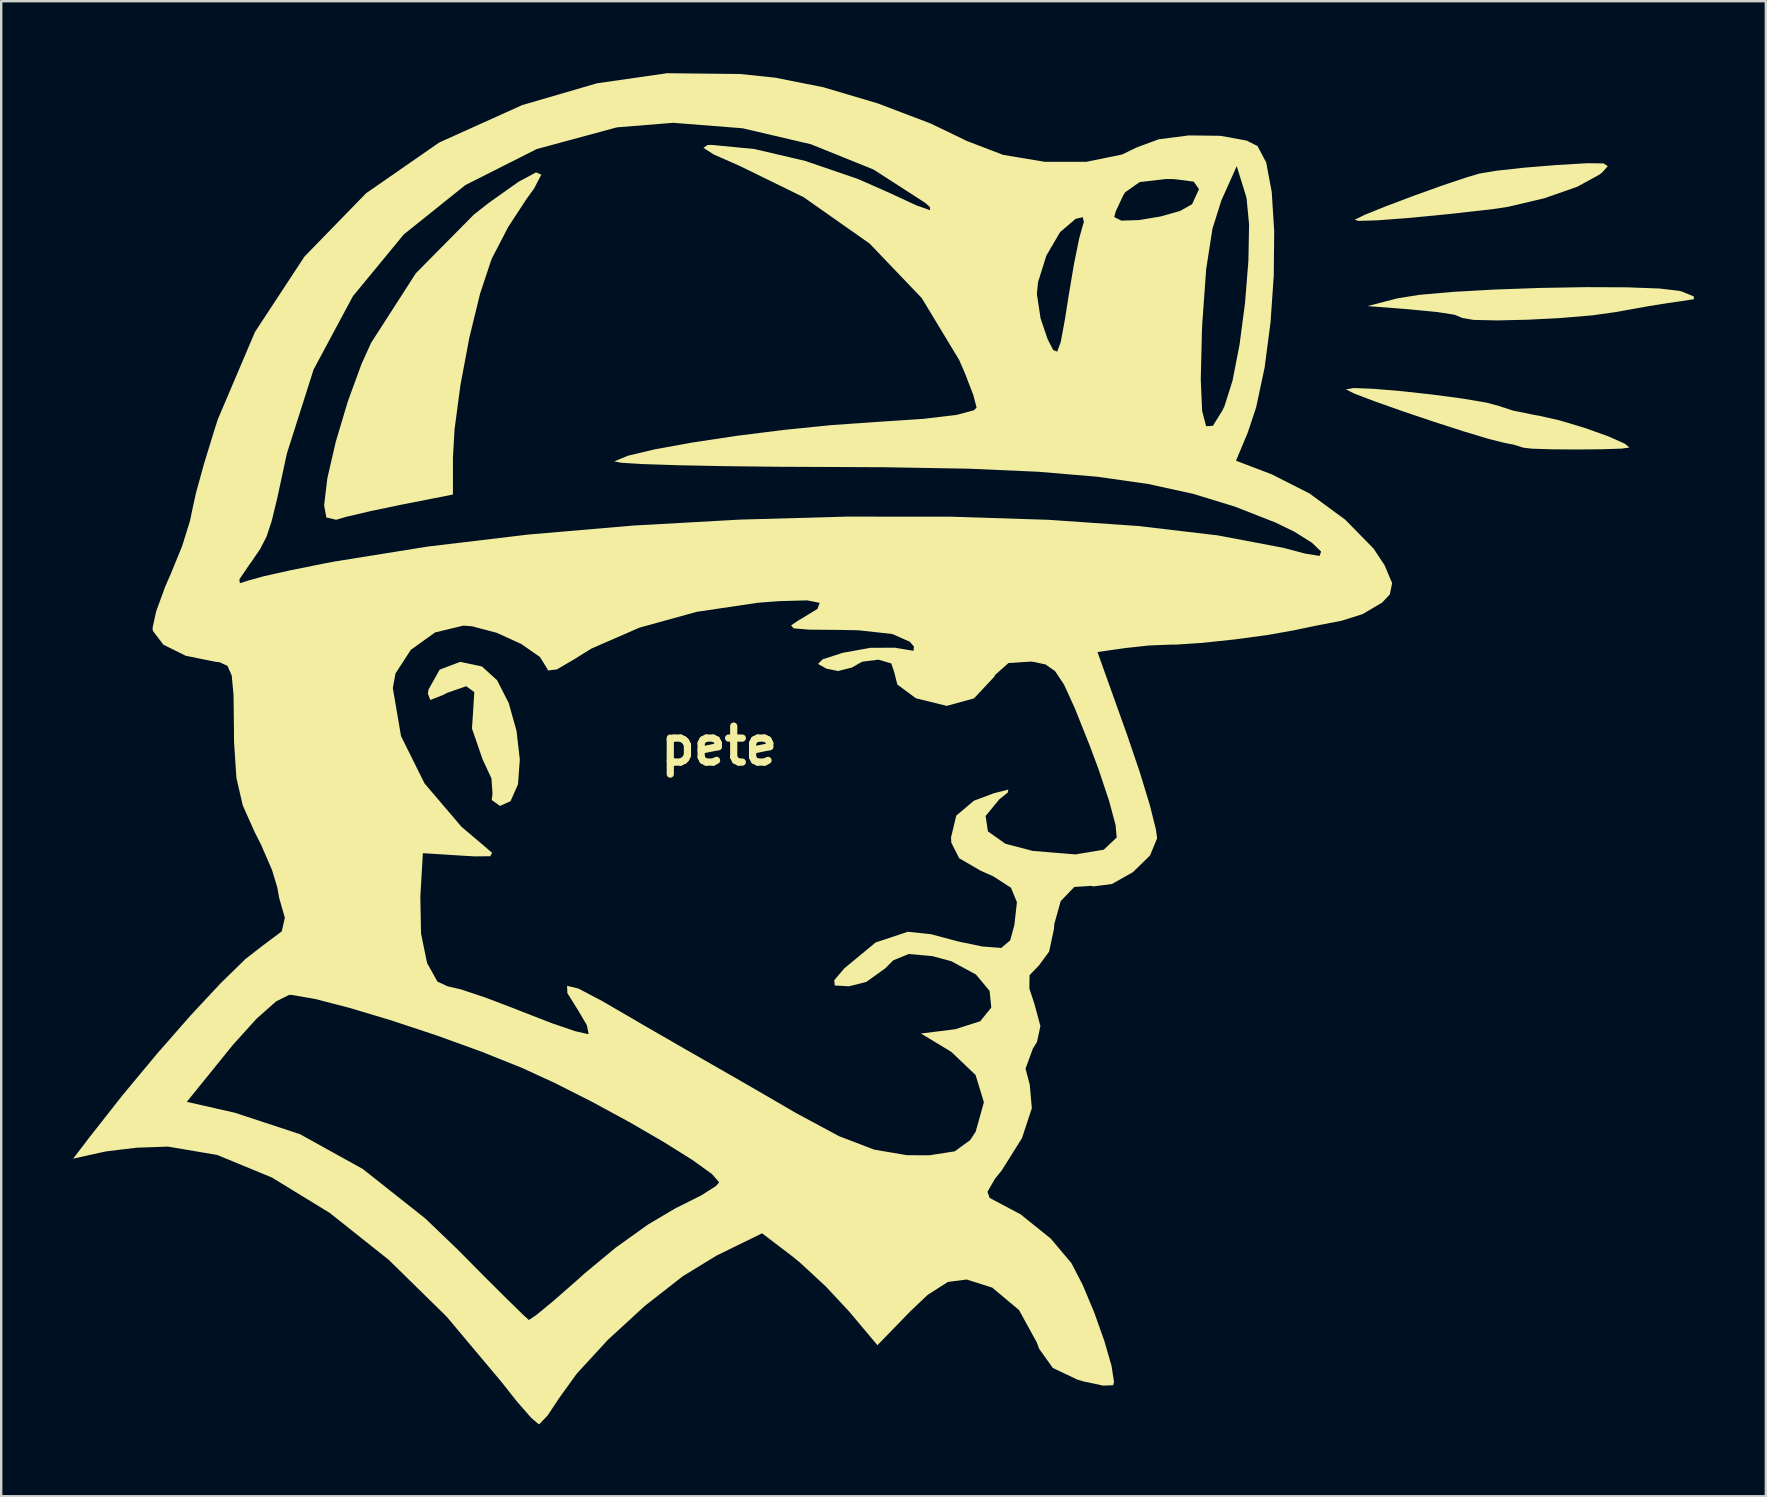
<source format=kicad_pcb>
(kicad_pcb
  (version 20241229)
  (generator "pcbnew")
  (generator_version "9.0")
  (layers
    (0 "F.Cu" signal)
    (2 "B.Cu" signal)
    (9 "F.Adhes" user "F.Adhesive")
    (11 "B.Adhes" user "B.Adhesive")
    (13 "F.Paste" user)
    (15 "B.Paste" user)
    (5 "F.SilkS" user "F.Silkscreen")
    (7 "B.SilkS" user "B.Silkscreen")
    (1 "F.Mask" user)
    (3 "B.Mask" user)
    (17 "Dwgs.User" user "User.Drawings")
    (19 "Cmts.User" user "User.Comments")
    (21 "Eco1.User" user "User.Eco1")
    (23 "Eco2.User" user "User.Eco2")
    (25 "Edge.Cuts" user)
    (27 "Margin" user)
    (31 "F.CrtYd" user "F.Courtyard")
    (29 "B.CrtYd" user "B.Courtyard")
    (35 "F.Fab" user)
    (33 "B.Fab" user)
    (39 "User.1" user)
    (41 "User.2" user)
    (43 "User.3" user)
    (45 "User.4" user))
  (footprint "pete"
    (layer "F.Cu")
    (at 26.908 28.019)
    (property "Reference" "pete" (at 0 0 0) (layer "F.SilkS") (effects (font (size 1.5 1.5) (thickness 0.3))))
    (attr board_only exclude_from_pos_files exclude_from_bom)
    (fp_poly (pts (xy -9.884 -3.306) (xy -9.254 -2.737) (xy -8.765 -1.781) (xy -8.44 -0.619) (xy -8.304 0.57) (xy -8.379 1.605) (xy -8.69 2.305) (xy -9.128 2.504) (xy -9.475 2.258) (xy -9.442 1.997) (xy -9.485 1.359) (xy -9.855 0.561) (xy -10.297 -0.719) (xy -10.249 -1.435) (xy -10.2 -2.238) (xy -10.538 -2.483) (xy -11.33 -2.207) (xy -11.503 -2.117) (xy -12.033 -1.909) (xy -12.134 -2.175) (xy -12.106 -2.347) (xy -11.642 -3.175) (xy -10.79 -3.497)) (stroke (width 0) (type solid)) (fill yes) (layer "F.SilkS"))
    (fp_poly (pts (xy 36.841 -24.262) (xy 37.019 -24.147) (xy 36.803 -23.902) (xy 36.68 -23.801) (xy 35.751 -23.292) (xy 34.385 -22.813) (xy 32.859 -22.452) (xy 32.197 -22.353) (xy 30.305 -22.142) (xy 28.672 -21.985) (xy 27.414 -21.89) (xy 26.649 -21.868) (xy 26.473 -21.913) (xy 26.883 -22.116) (xy 27.763 -22.472) (xy 28.903 -22.902) (xy 30.095 -23.331) (xy 31.131 -23.679) (xy 31.661 -23.837) (xy 32.372 -23.956) (xy 33.541 -24.085) (xy 34.88 -24.194) (xy 36.164 -24.27)) (stroke (width 0) (type solid)) (fill yes) (layer "F.SilkS"))
    (fp_poly (pts (xy -7.41 -23.795) (xy -7.709 -23.215) (xy -8.02 -22.787) (xy -8.785 -21.618) (xy -9.446 -20.346) (xy -9.497 -20.228) (xy -9.96 -18.833) (xy -10.405 -17.006) (xy -10.777 -15.03) (xy -11.022 -13.188) (xy -11.09 -12) (xy -11.09 -10.468) (xy -13.273 -10.038) (xy -14.511 -9.78) (xy -15.503 -9.548) (xy -15.956 -9.417) (xy -16.363 -9.513) (xy -16.456 -10.016) (xy -16.322 -11.144) (xy -15.969 -12.67) (xy -15.47 -14.341) (xy -14.899 -15.903) (xy -14.498 -16.789) (xy -12.633 -19.688) (xy -10.215 -22.132) (xy -9.602 -22.614) (xy -8.361 -23.494) (xy -7.629 -23.888)) (stroke (width 0) (type solid)) (fill yes) (layer "F.SilkS"))
    (fp_poly (pts (xy 37.814 -19.1) (xy 39.17 -19.05) (xy 40.006 -18.952) (xy 40.068 -18.936) (xy 40.602 -18.722) (xy 40.604 -18.604) (xy 39.97 -18.507) (xy 39.531 -18.446) (xy 38.716 -18.315) (xy 37.615 -18.117) (xy 37.385 -18.074) (xy 36.383 -17.934) (xy 35.088 -17.824) (xy 33.7 -17.751) (xy 32.415 -17.721) (xy 31.433 -17.743) (xy 30.951 -17.823) (xy 30.941 -17.831) (xy 30.639 -17.957) (xy 29.92 -18.07) (xy 28.658 -18.191) (xy 28.083 -18.236) (xy 27.01 -18.318) (xy 28.262 -18.642) (xy 29.17 -18.787) (xy 30.579 -18.911) (xy 32.318 -19.008) (xy 34.217 -19.075) (xy 36.106 -19.107)) (stroke (width 0) (type solid)) (fill yes) (layer "F.SilkS"))
    (fp_poly (pts (xy 27.275 -14.871) (xy 28.439 -14.773) (xy 29.736 -14.63) (xy 30.977 -14.464) (xy 31.971 -14.296) (xy 32.525 -14.148) (xy 32.549 -14.134) (xy 33.062 -13.968) (xy 33.961 -13.783) (xy 34.138 -13.754) (xy 35.023 -13.554) (xy 36.067 -13.24) (xy 37.045 -12.89) (xy 37.732 -12.584) (xy 37.92 -12.427) (xy 37.601 -12.382) (xy 36.801 -12.354) (xy 35.755 -12.344) (xy 34.698 -12.352) (xy 33.864 -12.378) (xy 33.488 -12.422) (xy 33.487 -12.424) (xy 33.115 -12.542) (xy 32.712 -12.621) (xy 32.062 -12.783) (xy 31.018 -13.098) (xy 29.759 -13.504) (xy 28.461 -13.942) (xy 27.302 -14.352) (xy 26.462 -14.673) (xy 26.117 -14.846) (xy 26.115 -14.85) (xy 26.437 -14.904)) (stroke (width 0) (type solid)) (fill yes) (layer "F.SilkS"))
    (fp_poly (pts (xy 0.869 -27.986) (xy 2.325 -27.835) (xy 4.33 -27.437) (xy 6.602 -26.764) (xy 8.804 -25.927) (xy 10.33 -25.192) (xy 11.825 -24.619) (xy 13.566 -24.328) (xy 15.304 -24.33) (xy 16.787 -24.633) (xy 17.402 -24.93) (xy 18.314 -25.267) (xy 19.568 -25.428) (xy 20.882 -25.412) (xy 21.972 -25.213) (xy 22.426 -24.986) (xy 22.788 -24.304) (xy 23.019 -23.074) (xy 23.122 -21.45) (xy 23.104 -19.587) (xy 22.969 -17.638) (xy 22.723 -15.757) (xy 22.37 -14.099) (xy 22.023 -13.054) (xy 21.531 -11.877) (xy 23.023 -11.308) (xy 24.594 -10.511) (xy 26.086 -9.416) (xy 27.265 -8.212) (xy 27.72 -7.524) (xy 28.035 -6.778) (xy 27.94 -6.308) (xy 27.616 -5.966) (xy 26.804 -5.486) (xy 25.93 -5.211) (xy 24.811 -4.994) (xy 23.969 -4.817) (xy 22.881 -4.622) (xy 21.495 -4.434) (xy 20.111 -4.287) (xy 19.029 -4.216) (xy 18.782 -4.215) (xy 17.912 -4.18) (xy 16.914 -4.072) (xy 15.761 -3.907) (xy 17.003 -0.433) (xy 17.528 1.113) (xy 17.944 2.48) (xy 18.195 3.484) (xy 18.245 3.851) (xy 17.95 4.567) (xy 17.236 5.264) (xy 16.361 5.757) (xy 15.585 5.857) (xy 15.511 5.834) (xy 14.795 5.879) (xy 14.228 6.47) (xy 13.958 7.435) (xy 13.952 7.606) (xy 13.746 8.572) (xy 13.326 9.144) (xy 12.931 9.556) (xy 12.923 10.11) (xy 13.134 10.751) (xy 13.383 11.672) (xy 13.241 12.336) (xy 13.071 12.61) (xy 12.763 13.447) (xy 12.94 14.123) (xy 13.026 15.097) (xy 12.615 16.343) (xy 11.77 17.691) (xy 11.494 18.029) (xy 11.177 18.579) (xy 11.269 18.835) (xy 12.556 19.516) (xy 13.814 20.528) (xy 14.675 21.551) (xy 15.143 22.455) (xy 15.624 23.603) (xy 16.047 24.793) (xy 16.345 25.825) (xy 16.45 26.5) (xy 16.413 26.636) (xy 15.994 26.652) (xy 15.171 26.476) (xy 14.927 26.404) (xy 13.901 25.918) (xy 13.333 25.124) (xy 13.235 24.859) (xy 12.491 23.503) (xy 11.376 22.57) (xy 10.307 22.232) (xy 9.529 22.334) (xy 8.685 22.873) (xy 7.969 23.552) (xy 6.594 24.969) (xy 5.43 23.583) (xy 4.442 22.521) (xy 3.363 21.523) (xy 3.028 21.252) (xy 1.789 20.307) (xy -0.106 21.235) (xy -1.514 22.096) (xy -3.093 23.329) (xy -4.636 24.745) (xy -5.933 26.156) (xy -6.669 27.178) (xy -7.147 27.899) (xy -7.487 28.254) (xy -7.516 28.262) (xy -7.824 28) (xy -8.42 27.318) (xy -9.069 26.498) (xy -11.356 23.775) (xy -13.768 21.409) (xy -16.221 19.459) (xy -18.631 17.984) (xy -20.913 17.043) (xy -22.962 16.696) (xy -24.27 16.742) (xy -25.515 16.892) (xy -25.707 16.931) (xy -26.908 17.196) (xy -26.243 16.323) (xy -25.07 14.831) (xy -22.176 14.831) (xy -20.169 15.287) (xy -17.458 16.18) (xy -14.845 17.629) (xy -12.237 19.693) (xy -10.911 20.966) (xy -9.766 22.121) (xy -8.816 23.067) (xy -8.167 23.701) (xy -7.927 23.918) (xy -7.625 23.719) (xy -6.928 23.145) (xy -5.967 22.304) (xy -5.607 21.981) (xy -4.318 20.912) (xy -2.962 19.941) (xy -1.811 19.26) (xy -1.705 19.21) (xy -0.747 18.728) (xy -0.128 18.335) (xy 0 18.183) (xy -0.299 17.839) (xy -1.111 17.255) (xy -2.303 16.507) (xy -3.747 15.671) (xy -5.31 14.822) (xy -6.864 14.037) (xy -8.228 13.411) (xy -9.907 12.738) (xy -11.772 12.064) (xy -13.657 11.439) (xy -15.4 10.916) (xy -16.835 10.545) (xy -17.8 10.379) (xy -17.911 10.375) (xy -18.456 10.646) (xy -19.279 11.376) (xy -20.242 12.443) (xy -20.373 12.603) (xy -22.176 14.831) (xy -25.07 14.831) (xy -24.856 14.559) (xy -23.413 12.824) (xy -22.013 11.227) (xy -20.752 9.876) (xy -19.73 8.879) (xy -19.044 8.346) (xy -18.22 7.729) (xy -18.092 7.163) (xy -18.093 7.16) (xy -18.328 6.338) (xy -18.406 5.903) (xy -18.626 5.174) (xy -19.077 4.133) (xy -19.357 3.577) (xy -19.845 2.482) (xy -20.11 1.335) (xy -20.208 -0.146) (xy -20.213 -0.734) (xy -20.229 -2.112) (xy -20.256 -2.405) (xy -13.594 -2.405) (xy -13.252 -0.404) (xy -12.274 1.565) (xy -10.734 3.373) (xy -9.838 4.131) (xy -9.458 4.459) (xy -9.537 4.6) (xy -10.177 4.606) (xy -10.732 4.574) (xy -12.342 4.472) (xy -12.448 6.284) (xy -12.419 7.824) (xy -12.166 9.051) (xy -11.735 9.823) (xy -11.315 10.017) (xy -10.757 10.146) (xy -9.74 10.486) (xy -8.465 10.971) (xy -8.195 11.08) (xy -6.954 11.561) (xy -5.992 11.889) (xy -5.477 12.007) (xy -5.438 11.997) (xy -5.512 11.636) (xy -5.866 11.034) (xy -6.323 10.301) (xy -6.334 9.997) (xy -5.856 10.114) (xy -4.845 10.648) (xy -4.501 10.848) (xy -3.045 11.696) (xy -1.465 12.607) (xy -0.677 13.058) (xy 0.743 13.871) (xy 2.328 14.788) (xy 3.199 15.296) (xy 4.993 16.261) (xy 6.464 16.824) (xy 7.829 17.054) (xy 8.753 17.058) (xy 9.814 16.893) (xy 10.456 16.426) (xy 10.687 16.074) (xy 11.029 14.848) (xy 10.682 13.713) (xy 9.674 12.752) (xy 9.584 12.696) (xy 8.407 11.985) (xy 9.835 11.806) (xy 10.874 11.475) (xy 11.338 10.902) (xy 11.266 10.21) (xy 10.697 9.526) (xy 9.671 8.973) (xy 8.881 8.761) (xy 7.896 8.673) (xy 7.254 8.935) (xy 6.923 9.267) (xy 6.13 9.836) (xy 5.41 10.017) (xy 4.817 9.984) (xy 4.794 9.766) (xy 5.22 9.265) (xy 6.519 8.192) (xy 7.859 7.746) (xy 8.822 7.847) (xy 9.966 8.152) (xy 10.959 8.359) (xy 11.752 8.42) (xy 12.124 8.106) (xy 12.299 7.459) (xy 12.405 6.515) (xy 12.156 5.912) (xy 11.416 5.434) (xy 10.887 5.2) (xy 10.001 4.685) (xy 9.673 4.039) (xy 9.659 3.818) (xy 9.878 2.908) (xy 10.612 2.287) (xy 11.448 1.974) (xy 12.047 1.823) (xy 12.021 1.949) (xy 11.677 2.223) (xy 11.1 2.923) (xy 11.196 3.564) (xy 11.922 4.079) (xy 13.062 4.378) (xy 14.847 4.524) (xy 16.02 4.328) (xy 16.561 3.821) (xy 16.515 3.302) (xy 16.243 2.288) (xy 15.794 0.946) (xy 15.43 -0.028) (xy 14.819 -1.56) (xy 14.369 -2.547) (xy 13.992 -3.114) (xy 13.597 -3.389) (xy 13.099 -3.497) (xy 12.984 -3.509) (xy 12.051 -3.447) (xy 11.5 -2.955) (xy 11.45 -2.866) (xy 10.617 -1.976) (xy 9.479 -1.664) (xy 8.213 -1.976) (xy 8.179 -1.993) (xy 7.424 -2.552) (xy 7.294 -3.065) (xy 7.171 -3.432) (xy 6.634 -3.589) (xy 5.96 -3.505) (xy 5.527 -3.26) (xy 4.954 -3.116) (xy 4.472 -3.213) (xy 4.12 -3.41) (xy 4.307 -3.601) (xy 5.112 -3.863) (xy 5.166 -3.878) (xy 6.313 -4.084) (xy 7.34 -4.085) (xy 7.491 -4.058) (xy 8.097 -3.959) (xy 8.114 -4.137) (xy 7.941 -4.336) (xy 7.213 -4.658) (xy 5.802 -4.813) (xy 5.006 -4.828) (xy 3.745 -4.839) (xy 3.106 -4.894) (xy 2.996 -5.017) (xy 3.322 -5.237) (xy 3.415 -5.287) (xy 4.093 -5.702) (xy 4.189 -5.955) (xy 3.668 -6.059) (xy 2.495 -6.027) (xy 1.615 -5.96) (xy -0.937 -5.581) (xy -3.324 -4.921) (xy -5.326 -4.048) (xy -6.074 -3.583) (xy -6.762 -3.182) (xy -7.134 -3.139) (xy -7.155 -3.201) (xy -7.466 -3.701) (xy -8.245 -4.243) (xy -9.265 -4.708) (xy -10.296 -4.98) (xy -10.659 -5.007) (xy -11.835 -4.723) (xy -12.847 -3.995) (xy -13.483 -3.013) (xy -13.594 -2.405) (xy -20.256 -2.405) (xy -20.305 -2.927) (xy -20.482 -3.332) (xy -20.804 -3.479) (xy -20.974 -3.499) (xy -22.217 -3.749) (xy -23.151 -4.213) (xy -23.591 -4.79) (xy -23.603 -4.91) (xy -23.453 -5.598) (xy -23.081 -6.62) (xy -22.944 -6.933) (xy -19.987 -6.933) (xy -19.965 -6.774) (xy -19.588 -6.893) (xy -18.957 -7.067) (xy -17.834 -7.318) (xy -16.43 -7.6) (xy -16.011 -7.679) (xy -12.135 -8.301) (xy -7.958 -8.8) (xy -3.585 -9.175) (xy 0.876 -9.424) (xy 5.318 -9.548) (xy 9.634 -9.545) (xy 13.718 -9.415) (xy 17.461 -9.156) (xy 20.759 -8.768) (xy 23.502 -8.249) (xy 24.416 -8.007) (xy 25.012 -7.911) (xy 25.077 -8.092) (xy 24.695 -8.459) (xy 23.951 -8.926) (xy 23.171 -9.303) (xy 21.479 -9.966) (xy 19.749 -10.496) (xy 17.877 -10.906) (xy 15.76 -11.208) (xy 13.292 -11.417) (xy 10.37 -11.545) (xy 6.889 -11.605) (xy 4.937 -11.614) (xy 2.423 -11.625) (xy 0.175 -11.651) (xy -1.718 -11.689) (xy -3.165 -11.736) (xy -4.077 -11.791) (xy -4.366 -11.851) (xy -4.364 -11.852) (xy -3.802 -12.084) (xy -2.67 -12.353) (xy -1.112 -12.636) (xy 0.731 -12.913) (xy 2.714 -13.162) (xy 4.695 -13.362) (xy 6.529 -13.49) (xy 8.522 -13.622) (xy 9.899 -13.787) (xy 10.621 -13.98) (xy 10.725 -14.094) (xy 10.581 -14.632) (xy 10.338 -15.261) (xy 20.063 -15.261) (xy 20.12 -13.952) (xy 20.286 -13.314) (xy 20.568 -13.329) (xy 20.97 -13.979) (xy 21.054 -14.157) (xy 21.389 -15.22) (xy 21.681 -16.727) (xy 21.908 -18.458) (xy 22.047 -20.194) (xy 22.076 -21.714) (xy 21.973 -22.797) (xy 21.937 -22.935) (xy 21.562 -24.148) (xy 20.92 -22.717) (xy 20.549 -21.537) (xy 20.288 -19.852) (xy 20.124 -17.566) (xy 20.111 -17.261) (xy 20.063 -15.261) (xy 10.338 -15.261) (xy 10.226 -15.551) (xy 9.996 -16.078) (xy 8.44 -18.652) (xy 8.283 -18.816) (xy 13.237 -18.816) (xy 13.389 -17.81) (xy 13.684 -16.938) (xy 13.914 -16.49) (xy 14.081 -16.42) (xy 14.23 -16.819) (xy 14.407 -17.778) (xy 14.551 -18.7) (xy 14.779 -20.055) (xy 15 -21.143) (xy 15.172 -21.761) (xy 15.195 -21.808) (xy 15.149 -22.021) (xy 14.852 -21.954) (xy 14.205 -21.402) (xy 13.632 -20.424) (xy 13.282 -19.307) (xy 13.237 -18.816) (xy 8.283 -18.816) (xy 6.265 -20.925) (xy 4.698 -22.026) (xy 16.456 -22.026) (xy 16.755 -21.878) (xy 17.483 -21.901) (xy 18.384 -22.05) (xy 19.205 -22.283) (xy 19.691 -22.555) (xy 19.711 -22.582) (xy 19.989 -23.189) (xy 19.771 -23.502) (xy 18.962 -23.607) (xy 18.615 -23.611) (xy 17.519 -23.485) (xy 16.911 -23.057) (xy 16.827 -22.919) (xy 16.529 -22.282) (xy 16.456 -22.026) (xy 4.698 -22.026) (xy 3.518 -22.855) (xy 0.847 -24.162) (xy -0.224 -24.633) (xy -0.655 -24.911) (xy -0.486 -25.027) (xy -0.328 -25.034) (xy 1.469 -24.861) (xy 3.598 -24.362) (xy 5.797 -23.607) (xy 7.045 -23.057) (xy 8.217 -22.513) (xy 8.787 -22.311) (xy 8.779 -22.445) (xy 8.586 -22.618) (xy 6.43 -24.007) (xy 3.823 -25.06) (xy 0.972 -25.726) (xy -1.917 -25.953) (xy -4.258 -25.764) (xy -7.598 -24.86) (xy -10.571 -23.36) (xy -13.137 -21.303) (xy -15.258 -18.728) (xy -16.894 -15.675) (xy -18.006 -12.182) (xy -18.072 -11.88) (xy -18.397 -10.368) (xy -18.637 -9.374) (xy -18.854 -8.716) (xy -19.113 -8.211) (xy -19.476 -7.677) (xy -19.582 -7.53) (xy -19.987 -6.933) (xy -22.944 -6.933) (xy -22.847 -7.155) (xy -22.369 -8.323) (xy -22.036 -9.395) (xy -21.969 -9.735) (xy -21.797 -10.523) (xy -21.457 -11.756) (xy -21.012 -13.203) (xy -20.877 -13.618) (xy -19.336 -17.241) (xy -17.275 -20.38) (xy -14.711 -23.016) (xy -11.661 -25.133) (xy -8.207 -26.69) (xy -5.093 -27.598) (xy -2.169 -28.019)) (stroke (width 0) (type solid)) (fill yes) (layer "F.SilkS")))
  (gr_rect
    (start -3 -3)
    (end 70.512 59.281)
    (stroke (width 0.1) (type default))
    (fill no)
    (layer "Edge.Cuts")))
</source>
